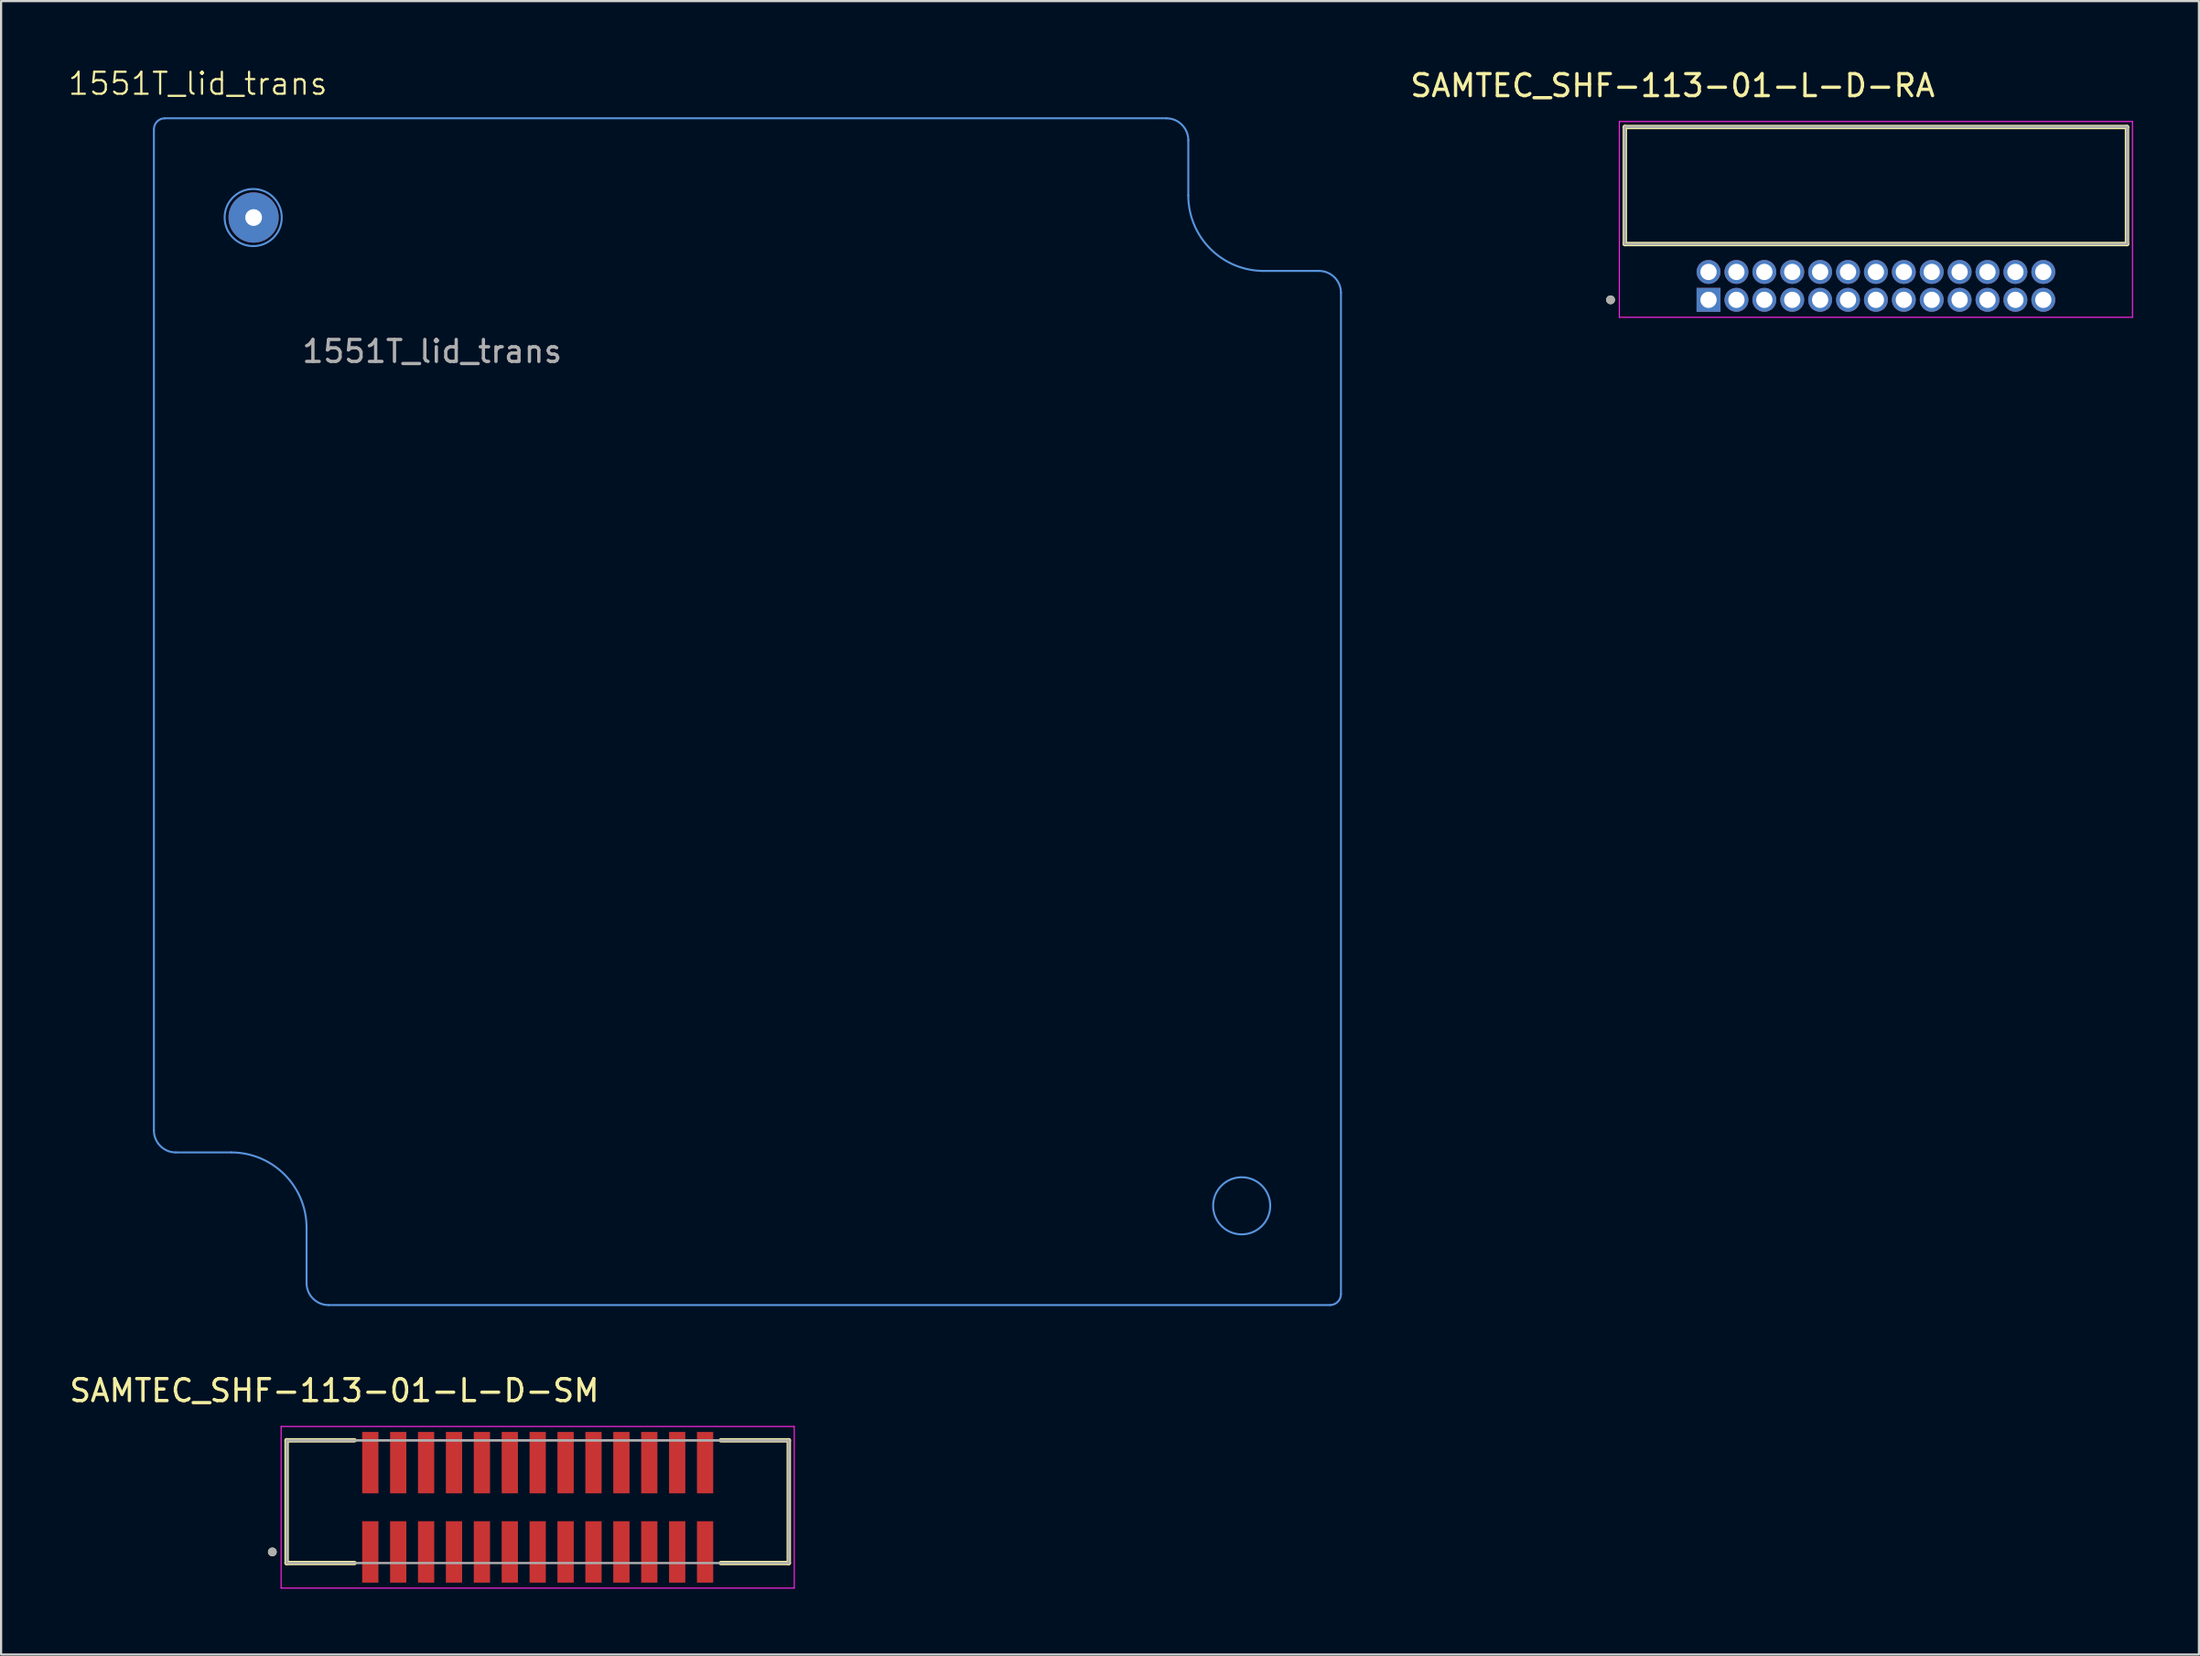
<source format=kicad_pcb>
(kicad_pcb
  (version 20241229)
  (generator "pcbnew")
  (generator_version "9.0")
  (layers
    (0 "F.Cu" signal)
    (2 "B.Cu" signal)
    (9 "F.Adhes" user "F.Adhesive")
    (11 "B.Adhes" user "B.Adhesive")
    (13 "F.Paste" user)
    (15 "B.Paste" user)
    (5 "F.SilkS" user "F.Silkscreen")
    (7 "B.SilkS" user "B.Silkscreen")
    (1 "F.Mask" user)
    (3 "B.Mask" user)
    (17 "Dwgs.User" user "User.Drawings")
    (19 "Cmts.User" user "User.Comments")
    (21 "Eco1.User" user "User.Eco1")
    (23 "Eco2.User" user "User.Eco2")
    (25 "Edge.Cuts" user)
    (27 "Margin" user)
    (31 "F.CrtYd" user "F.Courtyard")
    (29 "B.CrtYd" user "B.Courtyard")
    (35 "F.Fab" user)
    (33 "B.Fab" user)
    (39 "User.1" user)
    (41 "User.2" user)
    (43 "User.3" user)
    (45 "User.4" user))
  (footprint "SAMTEC_SHF-113-01-L-D-RA"
    (layer "F.Cu")
    (at 82.349 9.968)
    (property "Reference" "SAMTEC_SHF-113-01-L-D-RA" (at -9.255 -9.12 0) (layer "F.SilkS") (effects (font (size 1 1) (thickness 0.15))))
    (attr through_hole)
    (fp_line (start -11.43 -1.905) (end -11.43 -7.235) (stroke (width 0.2) (type solid)) (layer "F.SilkS"))
    (fp_line (start 11.43 -7.235) (end -11.43 -7.235) (stroke (width 0.2) (type solid)) (layer "F.SilkS"))
    (fp_line (start 11.43 -7.235) (end 11.43 -1.905) (stroke (width 0.2) (type solid)) (layer "F.SilkS"))
    (fp_line (start 11.43 -1.905) (end -11.43 -1.905) (stroke (width 0.2) (type solid)) (layer "F.SilkS"))
    (fp_circle (center -12.08 0.635) (end -11.98 0.635) (stroke (width 0.2) (type solid)) (fill no) (layer "F.SilkS"))
    (fp_line (start -11.68 -7.485) (end 11.68 -7.485) (stroke (width 0.05) (type solid)) (layer "F.CrtYd"))
    (fp_line (start -11.68 1.43) (end -11.68 -7.485) (stroke (width 0.05) (type solid)) (layer "F.CrtYd"))
    (fp_line (start 11.68 -7.485) (end 11.68 1.43) (stroke (width 0.05) (type solid)) (layer "F.CrtYd"))
    (fp_line (start 11.68 1.43) (end -11.68 1.43) (stroke (width 0.05) (type solid)) (layer "F.CrtYd"))
    (fp_line (start -11.43 -7.235) (end 11.43 -7.235) (stroke (width 0.1) (type solid)) (layer "F.Fab"))
    (fp_line (start -11.43 -7.235) (end 11.43 -7.235) (stroke (width 0.1) (type solid)) (layer "F.Fab"))
    (fp_line (start -11.43 -1.905) (end -11.43 -7.235) (stroke (width 0.1) (type solid)) (layer "F.Fab"))
    (fp_line (start -11.43 -1.905) (end -11.43 -7.235) (stroke (width 0.1) (type solid)) (layer "F.Fab"))
    (fp_line (start 11.43 -7.235) (end 11.43 -1.905) (stroke (width 0.1) (type solid)) (layer "F.Fab"))
    (fp_line (start 11.43 -7.235) (end 11.43 -1.905) (stroke (width 0.1) (type solid)) (layer "F.Fab"))
    (fp_line (start 11.43 -1.905) (end -11.43 -1.905) (stroke (width 0.1) (type solid)) (layer "F.Fab"))
    (fp_circle (center -12.08 0.635) (end -11.98 0.635) (stroke (width 0.2) (type solid)) (fill no) (layer "F.Fab"))
    (pad "1" thru_hole rect (at -7.62 0.635) (size 1.09 1.09) (drill 0.74) (layers "*.Cu" "*.Mask"))
    (pad "2" thru_hole circle (at -7.62 -0.635) (size 1.09 1.09) (drill 0.74) (layers "*.Cu" "*.Mask"))
    (pad "3" thru_hole circle (at -6.35 0.635) (size 1.09 1.09) (drill 0.74) (layers "*.Cu" "*.Mask"))
    (pad "4" thru_hole circle (at -6.35 -0.635) (size 1.09 1.09) (drill 0.74) (layers "*.Cu" "*.Mask"))
    (pad "5" thru_hole circle (at -5.08 0.635) (size 1.09 1.09) (drill 0.74) (layers "*.Cu" "*.Mask"))
    (pad "6" thru_hole circle (at -5.08 -0.635) (size 1.09 1.09) (drill 0.74) (layers "*.Cu" "*.Mask"))
    (pad "7" thru_hole circle (at -3.81 0.635) (size 1.09 1.09) (drill 0.74) (layers "*.Cu" "*.Mask"))
    (pad "8" thru_hole circle (at -3.81 -0.635) (size 1.09 1.09) (drill 0.74) (layers "*.Cu" "*.Mask"))
    (pad "9" thru_hole circle (at -2.54 0.635) (size 1.09 1.09) (drill 0.74) (layers "*.Cu" "*.Mask"))
    (pad "10" thru_hole circle (at -2.54 -0.635) (size 1.09 1.09) (drill 0.74) (layers "*.Cu" "*.Mask"))
    (pad "11" thru_hole circle (at -1.27 0.635) (size 1.09 1.09) (drill 0.74) (layers "*.Cu" "*.Mask"))
    (pad "12" thru_hole circle (at -1.27 -0.635) (size 1.09 1.09) (drill 0.74) (layers "*.Cu" "*.Mask"))
    (pad "13" thru_hole circle (at 0 0.635) (size 1.09 1.09) (drill 0.74) (layers "*.Cu" "*.Mask"))
    (pad "14" thru_hole circle (at 0 -0.635) (size 1.09 1.09) (drill 0.74) (layers "*.Cu" "*.Mask"))
    (pad "15" thru_hole circle (at 1.27 0.635) (size 1.09 1.09) (drill 0.74) (layers "*.Cu" "*.Mask"))
    (pad "16" thru_hole circle (at 1.27 -0.635) (size 1.09 1.09) (drill 0.74) (layers "*.Cu" "*.Mask"))
    (pad "17" thru_hole circle (at 2.54 0.635) (size 1.09 1.09) (drill 0.74) (layers "*.Cu" "*.Mask"))
    (pad "18" thru_hole circle (at 2.54 -0.635) (size 1.09 1.09) (drill 0.74) (layers "*.Cu" "*.Mask"))
    (pad "19" thru_hole circle (at 3.81 0.635) (size 1.09 1.09) (drill 0.74) (layers "*.Cu" "*.Mask"))
    (pad "20" thru_hole circle (at 3.81 -0.635) (size 1.09 1.09) (drill 0.74) (layers "*.Cu" "*.Mask"))
    (pad "21" thru_hole circle (at 5.08 0.635) (size 1.09 1.09) (drill 0.74) (layers "*.Cu" "*.Mask"))
    (pad "22" thru_hole circle (at 5.08 -0.635) (size 1.09 1.09) (drill 0.74) (layers "*.Cu" "*.Mask"))
    (pad "23" thru_hole circle (at 6.35 0.635) (size 1.09 1.09) (drill 0.74) (layers "*.Cu" "*.Mask"))
    (pad "24" thru_hole circle (at 6.35 -0.635) (size 1.09 1.09) (drill 0.74) (layers "*.Cu" "*.Mask"))
    (pad "25" thru_hole circle (at 7.62 0.635) (size 1.09 1.09) (drill 0.74) (layers "*.Cu" "*.Mask"))
    (pad "26" thru_hole circle (at 7.62 -0.635) (size 1.09 1.09) (drill 0.74) (layers "*.Cu" "*.Mask")))
  (footprint "1551T_lid_trans"
    (layer "F.Cu")
    (at 8.495 6.856)
    (property "Reference" "1551T_lid_trans" (at -2.54 -6.096 0) (unlocked yes) (layer "F.SilkS") (effects (font (size 1 1) (thickness 0.1))))
    (fp_line (start -4.539 -4.02) (end -4.539 41.57) (stroke (width 0.09) (type default)) (layer "Cmts.User"))
    (fp_line (start -3.539 42.57) (end -1.019 42.57) (stroke (width 0.09) (type default)) (layer "Cmts.User"))
    (fp_line (start 2.411 46) (end 2.411 46) (stroke (width 0.09) (type default)) (layer "Cmts.User"))
    (fp_line (start 2.411 46) (end 2.411 48.525) (stroke (width 0.09) (type default)) (layer "Cmts.User"))
    (fp_line (start 3.411 49.52) (end 49.008 49.52) (stroke (width 0.09) (type default)) (layer "Cmts.User"))
    (fp_line (start 41.551 -4.52) (end -4.039 -4.52) (stroke (width 0.09) (type default)) (layer "Cmts.User"))
    (fp_line (start 42.551 -1.007) (end 42.551 -3.52) (stroke (width 0.09) (type default)) (layer "Cmts.User"))
    (fp_line (start 48.501 2.43) (end 45.981 2.43) (stroke (width 0.09) (type default)) (layer "Cmts.User"))
    (fp_line (start 49.501 49.02) (end 49.501 3.417) (stroke (width 0.09) (type default)) (layer "Cmts.User"))
    (fp_arc (start -4.5386 -4.019778) (mid -4.392147 -4.373296) (end -4.0386 -4.51973) (stroke (width 0.09) (type default)) (layer "Cmts.User"))
    (fp_arc (start -3.5386 42.56982) (mid -4.245705 42.276927) (end -4.5386 41.569822) (stroke (width 0.09) (type default)) (layer "Cmts.User"))
    (fp_arc (start -1.0189 42.56982) (mid 1.406619 43.574503) (end 2.411302 46.000022) (stroke (width 0.09) (type default)) (layer "Cmts.User"))
    (fp_arc (start 3.4113 49.519729) (mid 2.706191 49.228831) (end 2.411309 48.525378) (stroke (width 0.09) (type default)) (layer "Cmts.User"))
    (fp_arc (start 41.551 -4.51973) (mid 42.258073 -4.226851) (end 42.55095 -3.519778) (stroke (width 0.09) (type default)) (layer "Cmts.User"))
    (fp_arc (start 45.9811 2.430179) (mid 43.553164 1.423058) (end 42.55095 -1.006907) (stroke (width 0.09) (type default)) (layer "Cmts.User"))
    (fp_arc (start 48.5009 2.430179) (mid 49.203432 2.718509) (end 49.500859 3.417239) (stroke (width 0.09) (type default)) (layer "Cmts.User"))
    (fp_arc (start 49.500859 49.019622) (mid 49.356917 49.370718) (end 49.007941 49.519729) (stroke (width 0.09) (type default)) (layer "Cmts.User"))
    (fp_circle (center -0.019 0) (end 1.281 0) (stroke (width 0.09) (type default)) (fill no) (layer "Cmts.User"))
    (fp_circle (center 44.981 45) (end 46.281 45) (stroke (width 0.09) (type default)) (fill no) (layer "Cmts.User"))
    (fp_text user "${REFERENCE}" (at 8.128 6.096 0) (unlocked yes) (layer "F.Fab") (effects (font (size 1 1) (thickness 0.15))))
    (pad "1" thru_hole circle (at 0 0) (size 2.286 2.286) (drill 0.762) (layers "*.Cu" "*.Mask")))
  (footprint "SAMTEC_SHF-113-01-L-D-SM"
    (layer "F.Cu")
    (at 21.428 65.584)
    (property "Reference" "SAMTEC_SHF-113-01-L-D-SM" (at -9.255 -5.315 0) (layer "F.SilkS") (effects (font (size 1 1) (thickness 0.15))))
    (attr smd)
    (fp_line (start -11.43 -3.05) (end -8.34 -3.05) (stroke (width 0.2) (type solid)) (layer "F.SilkS"))
    (fp_line (start -11.43 2.54) (end -11.43 -3.05) (stroke (width 0.2) (type solid)) (layer "F.SilkS"))
    (fp_line (start -8.34 2.54) (end -11.43 2.54) (stroke (width 0.2) (type solid)) (layer "F.SilkS"))
    (fp_line (start 8.34 -3.05) (end 11.43 -3.05) (stroke (width 0.2) (type solid)) (layer "F.SilkS"))
    (fp_line (start 8.34 2.54) (end 11.43 2.54) (stroke (width 0.2) (type solid)) (layer "F.SilkS"))
    (fp_line (start 11.43 -3.05) (end 11.43 2.54) (stroke (width 0.2) (type solid)) (layer "F.SilkS"))
    (fp_circle (center -12.08 2.033) (end -11.98 2.033) (stroke (width 0.2) (type solid)) (fill no) (layer "F.SilkS"))
    (fp_line (start -11.68 -3.68) (end 11.68 -3.68) (stroke (width 0.05) (type solid)) (layer "F.CrtYd"))
    (fp_line (start -11.68 3.68) (end -11.68 -3.68) (stroke (width 0.05) (type solid)) (layer "F.CrtYd"))
    (fp_line (start 11.68 -3.68) (end 11.68 3.68) (stroke (width 0.05) (type solid)) (layer "F.CrtYd"))
    (fp_line (start 11.68 3.68) (end -11.68 3.68) (stroke (width 0.05) (type solid)) (layer "F.CrtYd"))
    (fp_line (start -11.43 -3.05) (end 11.43 -3.05) (stroke (width 0.1) (type solid)) (layer "F.Fab"))
    (fp_line (start -11.43 -3.05) (end 11.43 -3.05) (stroke (width 0.1) (type solid)) (layer "F.Fab"))
    (fp_line (start -11.43 2.54) (end -11.43 -3.05) (stroke (width 0.1) (type solid)) (layer "F.Fab"))
    (fp_line (start -11.43 2.54) (end -11.43 -3.05) (stroke (width 0.1) (type solid)) (layer "F.Fab"))
    (fp_line (start 11.43 -3.05) (end 11.43 2.54) (stroke (width 0.1) (type solid)) (layer "F.Fab"))
    (fp_line (start 11.43 -3.05) (end 11.43 2.54) (stroke (width 0.1) (type solid)) (layer "F.Fab"))
    (fp_line (start 11.43 2.54) (end -11.43 2.54) (stroke (width 0.1) (type solid)) (layer "F.Fab"))
    (fp_circle (center -12.08 2.033) (end -11.98 2.033) (stroke (width 0.2) (type solid)) (fill no) (layer "F.Fab"))
    (pad "1" smd rect (at -7.62 2.033) (size 0.74 2.795) (layers "F.Cu" "F.Mask" "F.Paste"))
    (pad "2" smd rect (at -7.62 -2.033) (size 0.74 2.795) (layers "F.Cu" "F.Mask" "F.Paste"))
    (pad "3" smd rect (at -6.35 2.033) (size 0.74 2.795) (layers "F.Cu" "F.Mask" "F.Paste"))
    (pad "4" smd rect (at -6.35 -2.033) (size 0.74 2.795) (layers "F.Cu" "F.Mask" "F.Paste"))
    (pad "5" smd rect (at -5.08 2.033) (size 0.74 2.795) (layers "F.Cu" "F.Mask" "F.Paste"))
    (pad "6" smd rect (at -5.08 -2.033) (size 0.74 2.795) (layers "F.Cu" "F.Mask" "F.Paste"))
    (pad "7" smd rect (at -3.81 2.033) (size 0.74 2.795) (layers "F.Cu" "F.Mask" "F.Paste"))
    (pad "8" smd rect (at -3.81 -2.033) (size 0.74 2.795) (layers "F.Cu" "F.Mask" "F.Paste"))
    (pad "9" smd rect (at -2.54 2.033) (size 0.74 2.795) (layers "F.Cu" "F.Mask" "F.Paste"))
    (pad "10" smd rect (at -2.54 -2.033) (size 0.74 2.795) (layers "F.Cu" "F.Mask" "F.Paste"))
    (pad "11" smd rect (at -1.27 2.033) (size 0.74 2.795) (layers "F.Cu" "F.Mask" "F.Paste"))
    (pad "12" smd rect (at -1.27 -2.033) (size 0.74 2.795) (layers "F.Cu" "F.Mask" "F.Paste"))
    (pad "13" smd rect (at 0 2.033) (size 0.74 2.795) (layers "F.Cu" "F.Mask" "F.Paste"))
    (pad "14" smd rect (at 0 -2.033) (size 0.74 2.795) (layers "F.Cu" "F.Mask" "F.Paste"))
    (pad "15" smd rect (at 1.27 2.033) (size 0.74 2.795) (layers "F.Cu" "F.Mask" "F.Paste"))
    (pad "16" smd rect (at 1.27 -2.033) (size 0.74 2.795) (layers "F.Cu" "F.Mask" "F.Paste"))
    (pad "17" smd rect (at 2.54 2.033) (size 0.74 2.795) (layers "F.Cu" "F.Mask" "F.Paste"))
    (pad "18" smd rect (at 2.54 -2.033) (size 0.74 2.795) (layers "F.Cu" "F.Mask" "F.Paste"))
    (pad "19" smd rect (at 3.81 2.033) (size 0.74 2.795) (layers "F.Cu" "F.Mask" "F.Paste"))
    (pad "20" smd rect (at 3.81 -2.033) (size 0.74 2.795) (layers "F.Cu" "F.Mask" "F.Paste"))
    (pad "21" smd rect (at 5.08 2.033) (size 0.74 2.795) (layers "F.Cu" "F.Mask" "F.Paste"))
    (pad "22" smd rect (at 5.08 -2.033) (size 0.74 2.795) (layers "F.Cu" "F.Mask" "F.Paste"))
    (pad "23" smd rect (at 6.35 2.033) (size 0.74 2.795) (layers "F.Cu" "F.Mask" "F.Paste"))
    (pad "24" smd rect (at 6.35 -2.033) (size 0.74 2.795) (layers "F.Cu" "F.Mask" "F.Paste"))
    (pad "25" smd rect (at 7.62 2.033) (size 0.74 2.795) (layers "F.Cu" "F.Mask" "F.Paste"))
    (pad "26" smd rect (at 7.62 -2.033) (size 0.74 2.795) (layers "F.Cu" "F.Mask" "F.Paste")))
  (gr_rect
    (start -3 -3)
    (end 97.054 72.289)
    (stroke (width 0.1) (type default))
    (fill no)
    (layer "Edge.Cuts")))
</source>
